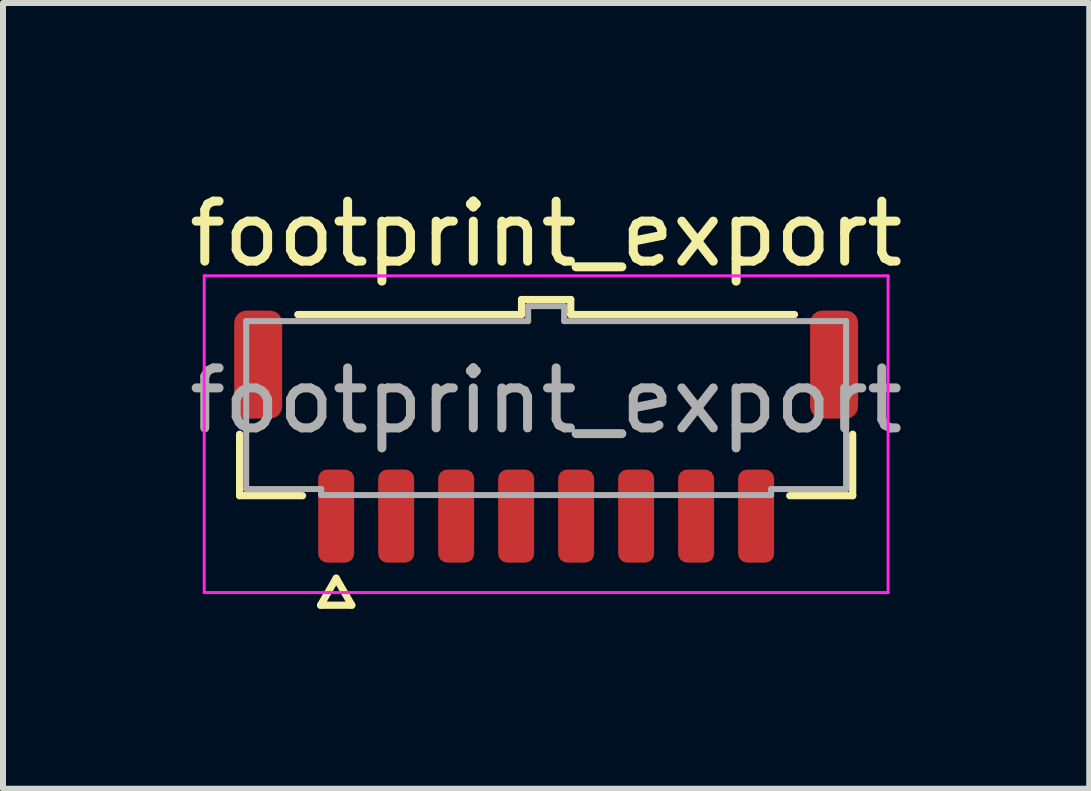
<source format=kicad_pcb>
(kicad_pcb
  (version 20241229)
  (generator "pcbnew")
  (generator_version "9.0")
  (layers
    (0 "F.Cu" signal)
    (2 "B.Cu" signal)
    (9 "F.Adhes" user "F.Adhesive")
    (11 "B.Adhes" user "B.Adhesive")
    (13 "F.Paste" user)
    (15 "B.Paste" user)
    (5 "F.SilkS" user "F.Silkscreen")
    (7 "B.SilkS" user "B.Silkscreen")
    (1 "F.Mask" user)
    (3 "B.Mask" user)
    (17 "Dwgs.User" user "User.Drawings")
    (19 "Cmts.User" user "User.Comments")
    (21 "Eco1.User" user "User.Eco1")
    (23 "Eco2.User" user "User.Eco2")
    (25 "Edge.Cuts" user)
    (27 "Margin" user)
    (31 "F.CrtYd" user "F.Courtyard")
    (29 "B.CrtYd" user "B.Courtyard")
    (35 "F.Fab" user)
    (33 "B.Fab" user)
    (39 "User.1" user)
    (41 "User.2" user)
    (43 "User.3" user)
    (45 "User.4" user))
  (footprint "footprint_export"
    (layer "F.Cu")
    (at 6.054 3.628)
    (property "Reference" "footprint_export" (at 0 -2.78 0) (layer "F.SilkS") (effects (font (size 1 1) (thickness 0.15))))
    (attr smd)
    (fp_line (start -5.11 1.585) (end -5.11 0.56) (stroke (width 0.12) (type solid)) (layer "F.SilkS"))
    (fp_line (start -4.14 -1.435) (end -0.41 -1.435) (stroke (width 0.12) (type solid)) (layer "F.SilkS"))
    (fp_line (start -4.06 1.585) (end -5.11 1.585) (stroke (width 0.12) (type solid)) (layer "F.SilkS"))
    (fp_line (start -3.76 3.41) (end -3.5 2.96) (stroke (width 0.12) (type solid)) (layer "F.SilkS"))
    (fp_line (start -3.5 2.96) (end -3.24 3.41) (stroke (width 0.12) (type solid)) (layer "F.SilkS"))
    (fp_line (start -3.24 3.41) (end -3.76 3.41) (stroke (width 0.12) (type solid)) (layer "F.SilkS"))
    (fp_line (start -0.41 -1.685) (end 0.41 -1.685) (stroke (width 0.12) (type solid)) (layer "F.SilkS"))
    (fp_line (start -0.41 -1.435) (end -0.41 -1.685) (stroke (width 0.12) (type solid)) (layer "F.SilkS"))
    (fp_line (start 0.41 -1.685) (end 0.41 -1.435) (stroke (width 0.12) (type solid)) (layer "F.SilkS"))
    (fp_line (start 0.41 -1.435) (end 4.14 -1.435) (stroke (width 0.12) (type solid)) (layer "F.SilkS"))
    (fp_line (start 5.11 0.56) (end 5.11 1.585) (stroke (width 0.12) (type solid)) (layer "F.SilkS"))
    (fp_line (start 5.11 1.585) (end 4.06 1.585) (stroke (width 0.12) (type solid)) (layer "F.SilkS"))
    (fp_line (start -5.7 -2.08) (end -5.7 3.2) (stroke (width 0.05) (type solid)) (layer "F.CrtYd"))
    (fp_line (start -5.7 3.2) (end 5.7 3.2) (stroke (width 0.05) (type solid)) (layer "F.CrtYd"))
    (fp_line (start 5.7 -2.08) (end -5.7 -2.08) (stroke (width 0.05) (type solid)) (layer "F.CrtYd"))
    (fp_line (start 5.7 3.2) (end 5.7 -2.08) (stroke (width 0.05) (type solid)) (layer "F.CrtYd"))
    (fp_line (start -5 -1.325) (end -0.3 -1.325) (stroke (width 0.1) (type solid)) (layer "F.Fab"))
    (fp_line (start -5 1.475) (end -5 -1.325) (stroke (width 0.1) (type solid)) (layer "F.Fab"))
    (fp_line (start -3.75 1.475) (end -5 1.475) (stroke (width 0.1) (type solid)) (layer "F.Fab"))
    (fp_line (start -3.75 1.575) (end -3.75 1.475) (stroke (width 0.1) (type solid)) (layer "F.Fab"))
    (fp_line (start -0.3 -1.575) (end 0.3 -1.575) (stroke (width 0.1) (type solid)) (layer "F.Fab"))
    (fp_line (start -0.3 -1.325) (end -0.3 -1.575) (stroke (width 0.1) (type solid)) (layer "F.Fab"))
    (fp_line (start 0.3 -1.575) (end 0.3 -1.325) (stroke (width 0.1) (type solid)) (layer "F.Fab"))
    (fp_line (start 0.3 -1.325) (end 5 -1.325) (stroke (width 0.1) (type solid)) (layer "F.Fab"))
    (fp_line (start 3.75 1.475) (end 3.75 1.575) (stroke (width 0.1) (type solid)) (layer "F.Fab"))
    (fp_line (start 3.75 1.575) (end -3.75 1.575) (stroke (width 0.1) (type solid)) (layer "F.Fab"))
    (fp_line (start 5 -1.325) (end 5 1.475) (stroke (width 0.1) (type solid)) (layer "F.Fab"))
    (fp_line (start 5 1.475) (end 3.75 1.475) (stroke (width 0.1) (type solid)) (layer "F.Fab"))
    (fp_text user "${REFERENCE}" (at 0 0 0) (layer "F.Fab") (effects (font (size 1 1) (thickness 0.15))))
    (pad "1" smd roundrect (at -3.5 1.925) (size 0.6 1.55) (layers "F.Cu" "F.Mask" "F.Paste") (roundrect_rratio 0.25))
    (pad "2" smd roundrect (at -2.5 1.925) (size 0.6 1.55) (layers "F.Cu" "F.Mask" "F.Paste") (roundrect_rratio 0.25))
    (pad "3" smd roundrect (at -1.5 1.925) (size 0.6 1.55) (layers "F.Cu" "F.Mask" "F.Paste") (roundrect_rratio 0.25))
    (pad "4" smd roundrect (at -0.5 1.925) (size 0.6 1.55) (layers "F.Cu" "F.Mask" "F.Paste") (roundrect_rratio 0.25))
    (pad "5" smd roundrect (at 0.5 1.925) (size 0.6 1.55) (layers "F.Cu" "F.Mask" "F.Paste") (roundrect_rratio 0.25))
    (pad "6" smd roundrect (at 1.5 1.925) (size 0.6 1.55) (layers "F.Cu" "F.Mask" "F.Paste") (roundrect_rratio 0.25))
    (pad "7" smd roundrect (at 2.5 1.925) (size 0.6 1.55) (layers "F.Cu" "F.Mask" "F.Paste") (roundrect_rratio 0.25))
    (pad "8" smd roundrect (at 3.5 1.925) (size 0.6 1.55) (layers "F.Cu" "F.Mask" "F.Paste") (roundrect_rratio 0.25))
    (pad "MP" smd roundrect (at -4.8 -0.6) (size 0.8 1.8) (layers "F.Cu" "F.Mask" "F.Paste") (roundrect_rratio 0.25))
    (pad "MP" smd roundrect (at 4.8 -0.6) (size 0.8 1.8) (layers "F.Cu" "F.Mask" "F.Paste") (roundrect_rratio 0.25)))
  (gr_rect
    (start -3 -3)
    (end 15.107 10.098)
    (stroke (width 0.1) (type default))
    (fill no)
    (layer "Edge.Cuts")))
</source>
